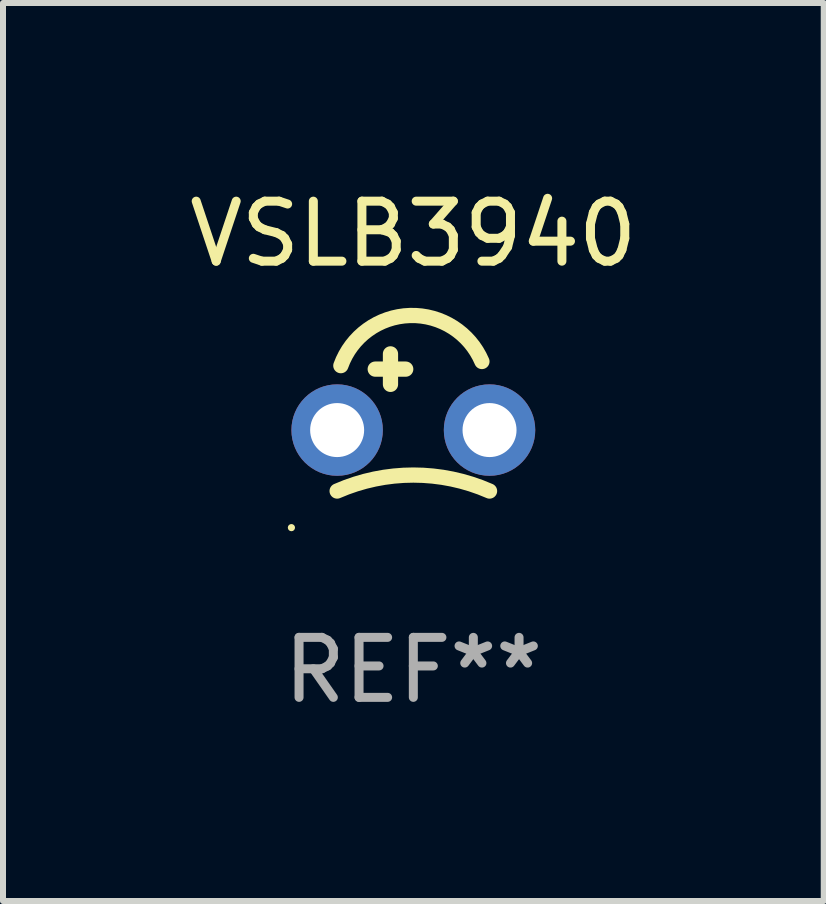
<source format=kicad_pcb>
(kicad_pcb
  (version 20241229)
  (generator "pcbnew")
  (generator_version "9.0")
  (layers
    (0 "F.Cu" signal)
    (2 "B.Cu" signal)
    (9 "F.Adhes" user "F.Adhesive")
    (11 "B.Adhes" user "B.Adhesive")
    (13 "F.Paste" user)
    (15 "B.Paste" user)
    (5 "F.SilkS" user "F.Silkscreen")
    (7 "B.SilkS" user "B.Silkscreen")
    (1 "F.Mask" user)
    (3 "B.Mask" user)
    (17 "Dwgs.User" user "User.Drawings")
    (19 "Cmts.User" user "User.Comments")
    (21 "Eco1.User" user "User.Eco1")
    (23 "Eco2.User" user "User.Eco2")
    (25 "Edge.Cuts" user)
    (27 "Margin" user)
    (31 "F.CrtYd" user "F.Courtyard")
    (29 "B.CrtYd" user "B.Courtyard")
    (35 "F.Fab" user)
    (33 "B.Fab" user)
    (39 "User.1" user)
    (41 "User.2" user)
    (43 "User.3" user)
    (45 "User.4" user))
  (footprint "VSLB3940"
    (layer "F.Cu")
    (at 3.839 3.483)
    (property "Reference" "VSLB3940" (at 0 -2.635 0) (layer "F.SilkS") (effects (font (size 1 1) (thickness 0.15))))
    (attr through_hole)
    (fp_line (start -0.635 -0.381) (end -0.127 -0.381) (stroke (width 0.254) (type solid)) (layer "F.SilkS"))
    (fp_line (start -0.381 -0.635) (end -0.381 -0.127) (stroke (width 0.254) (type solid)) (layer "F.SilkS"))
    (fp_arc (start -1.270003 1.651003) (mid 0 1.384802) (end 1.270002 1.651003) (stroke (width 0.254001) (type solid)) (layer "F.SilkS"))
    (fp_arc (start -1.208153 -0.438913) (mid -0.056118 -1.274652) (end 1.143002 -0.508001) (stroke (width 0.254001) (type solid)) (layer "F.SilkS"))
    (fp_circle (center -2.032 2.261) (end -2.002 2.261) (stroke (width 0.06) (type solid)) (fill no) (layer "F.SilkS"))
    (fp_text user "REF**" (at 0 4.635 0) (layer "F.Fab") (effects (font (size 1 1) (thickness 0.15))))
    (pad "1" thru_hole circle (at -1.27 0.635) (size 1.524 1.524) (drill 0.9) (layers "*.Cu" "*.Mask"))
    (pad "2" thru_hole circle (at 1.27 0.635) (size 1.524 1.524) (drill 0.9) (layers "*.Cu" "*.Mask")))
  (gr_rect
    (start -3 -3)
    (end 10.679 11.967)
    (stroke (width 0.1) (type default))
    (fill no)
    (layer "Edge.Cuts")))
</source>
